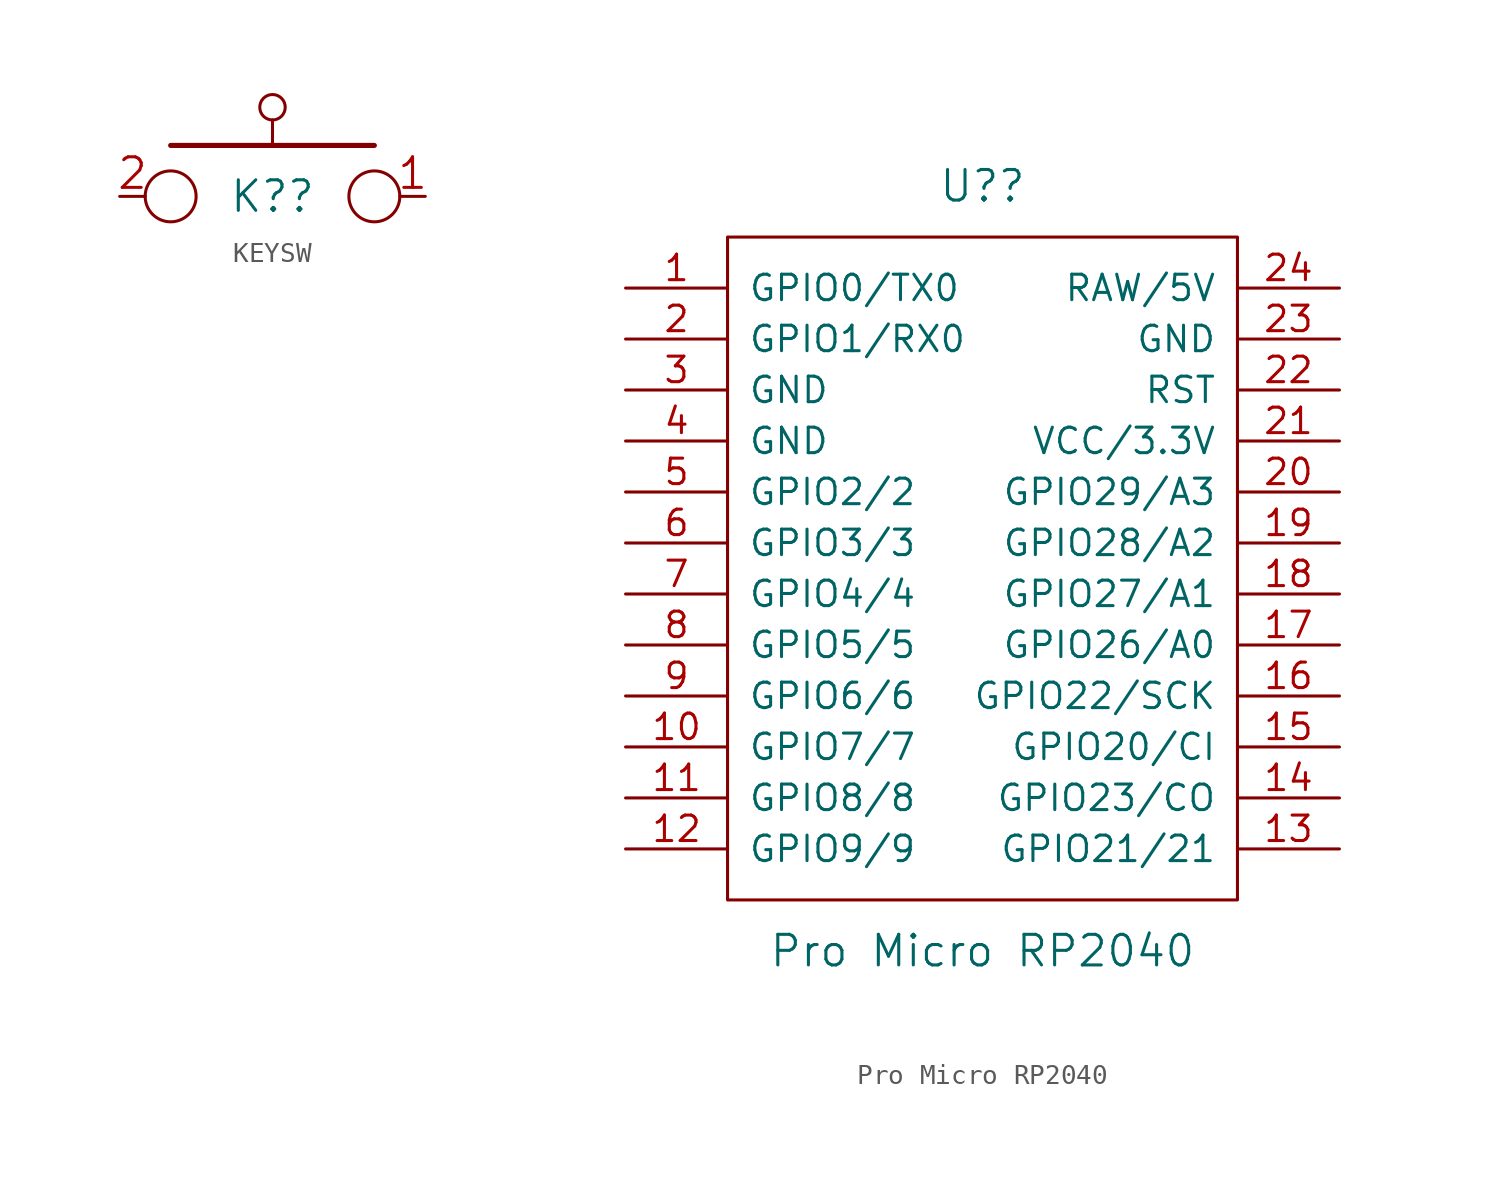
<source format=kicad_sym>
(kicad_symbol_lib
  (version 20210619)
  (generator kicad_symbol_editor)
  (symbol "wilskeeb-parts:KEYSW"
    (pin_names
      (offset 1.016))
    (property "Reference" "K?"
      (at 0 0 0)
      (effects (font (size 1.524 1.524))))
    (property "Datasheet" ""
      (at 0 0 0)
      (effects (font (size 1.524 1.524))))
    (symbol "KEYSW_0_1"
      (circle (center -5.08 0) (radius 1.27) (stroke (width 0)) (fill (type none)))
      (circle (center 0 4.445) (radius 0.635) (stroke (width 0.152)) (fill (type none)))
      (circle (center 5.08 0) (radius 1.27) (stroke (width 0)) (fill (type none)))
      (polyline (pts (xy -5.08 2.54) (xy 5.08 2.54)) (stroke (width 0.254)) (fill (type none)))
      (polyline (pts (xy 0 2.54) (xy 0 3.81)) (stroke (width 0.152)) (fill (type none))))
    (symbol "KEYSW_1_1"
      (pin passive line (at 7.62 0 180) (length 1.27) (name "~" (effects (font (size 1.524 1.524)))) (number "1" (effects (font (size 1.524 1.524)))))
      (pin passive line (at -7.62 0 0) (length 1.27) (name "~" (effects (font (size 1.524 1.524)))) (number "2" (effects (font (size 1.524 1.524)))))))
  (symbol "wilskeeb-parts:Pro Micro RP2040"
    (pin_names
      (offset 1.016))
    (property "Reference" "U?"
      (at 0 24.13 0)
      (effects (font (size 1.524 1.524))))
    (property "Value" "Pro Micro RP2040"
      (at 0 -13.97 0)
      (effects (font (size 1.524 1.524))))
    (symbol "Pro Micro RP2040_0_1"
      (rectangle (start -12.7 21.59) (end 12.7 -11.43) (stroke (width 0)) (fill (type none))))
    (symbol "Pro Micro RP2040_1_1"
      (pin bidirectional line (at -17.78 19.05 0) (length 5.08) (name "GPIO0/TX0" (effects (font (size 1.27 1.27)))) (number "1" (effects (font (size 1.27 1.27)))))
      (pin bidirectional line (at -17.78 -3.81 0) (length 5.08) (name "GPIO7/7" (effects (font (size 1.27 1.27)))) (number "10" (effects (font (size 1.27 1.27)))))
      (pin bidirectional line (at -17.78 -6.35 0) (length 5.08) (name "GPIO8/8" (effects (font (size 1.27 1.27)))) (number "11" (effects (font (size 1.27 1.27)))))
      (pin bidirectional line (at -17.78 -8.89 0) (length 5.08) (name "GPIO9/9" (effects (font (size 1.27 1.27)))) (number "12" (effects (font (size 1.27 1.27)))))
      (pin bidirectional line (at 17.78 -8.89 180) (length 5.08) (name "GPIO21/21" (effects (font (size 1.27 1.27)))) (number "13" (effects (font (size 1.27 1.27)))))
      (pin bidirectional line (at 17.78 -6.35 180) (length 5.08) (name "GPIO23/CO" (effects (font (size 1.27 1.27)))) (number "14" (effects (font (size 1.27 1.27)))))
      (pin bidirectional line (at 17.78 -3.81 180) (length 5.08) (name "GPIO20/CI" (effects (font (size 1.27 1.27)))) (number "15" (effects (font (size 1.27 1.27)))))
      (pin bidirectional line (at 17.78 -1.27 180) (length 5.08) (name "GPIO22/SCK" (effects (font (size 1.27 1.27)))) (number "16" (effects (font (size 1.27 1.27)))))
      (pin bidirectional line (at 17.78 1.27 180) (length 5.08) (name "GPIO26/A0" (effects (font (size 1.27 1.27)))) (number "17" (effects (font (size 1.27 1.27)))))
      (pin bidirectional line (at 17.78 3.81 180) (length 5.08) (name "GPIO27/A1" (effects (font (size 1.27 1.27)))) (number "18" (effects (font (size 1.27 1.27)))))
      (pin bidirectional line (at 17.78 6.35 180) (length 5.08) (name "GPIO28/A2" (effects (font (size 1.27 1.27)))) (number "19" (effects (font (size 1.27 1.27)))))
      (pin bidirectional line (at -17.78 16.51 0) (length 5.08) (name "GPIO1/RX0" (effects (font (size 1.27 1.27)))) (number "2" (effects (font (size 1.27 1.27)))))
      (pin bidirectional line (at 17.78 8.89 180) (length 5.08) (name "GPIO29/A3" (effects (font (size 1.27 1.27)))) (number "20" (effects (font (size 1.27 1.27)))))
      (pin power_out line (at 17.78 11.43 180) (length 5.08) (name "VCC/3.3V" (effects (font (size 1.27 1.27)))) (number "21" (effects (font (size 1.27 1.27)))))
      (pin input line (at 17.78 13.97 180) (length 5.08) (name "RST" (effects (font (size 1.27 1.27)))) (number "22" (effects (font (size 1.27 1.27)))))
      (pin power_out line (at 17.78 16.51 180) (length 5.08) (name "GND" (effects (font (size 1.27 1.27)))) (number "23" (effects (font (size 1.27 1.27)))))
      (pin power_out line (at 17.78 19.05 180) (length 5.08) (name "RAW/5V" (effects (font (size 1.27 1.27)))) (number "24" (effects (font (size 1.27 1.27)))))
      (pin power_in line (at -17.78 13.97 0) (length 5.08) (name "GND" (effects (font (size 1.27 1.27)))) (number "3" (effects (font (size 1.27 1.27)))))
      (pin power_in line (at -17.78 11.43 0) (length 5.08) (name "GND" (effects (font (size 1.27 1.27)))) (number "4" (effects (font (size 1.27 1.27)))))
      (pin bidirectional line (at -17.78 8.89 0) (length 5.08) (name "GPIO2/2" (effects (font (size 1.27 1.27)))) (number "5" (effects (font (size 1.27 1.27)))))
      (pin bidirectional line (at -17.78 6.35 0) (length 5.08) (name "GPIO3/3" (effects (font (size 1.27 1.27)))) (number "6" (effects (font (size 1.27 1.27)))))
      (pin bidirectional line (at -17.78 3.81 0) (length 5.08) (name "GPIO4/4" (effects (font (size 1.27 1.27)))) (number "7" (effects (font (size 1.27 1.27)))))
      (pin bidirectional line (at -17.78 1.27 0) (length 5.08) (name "GPIO5/5" (effects (font (size 1.27 1.27)))) (number "8" (effects (font (size 1.27 1.27)))))
      (pin bidirectional line (at -17.78 -1.27 0) (length 5.08) (name "GPIO6/6" (effects (font (size 1.27 1.27)))) (number "9" (effects (font (size 1.27 1.27))))))))
</source>
